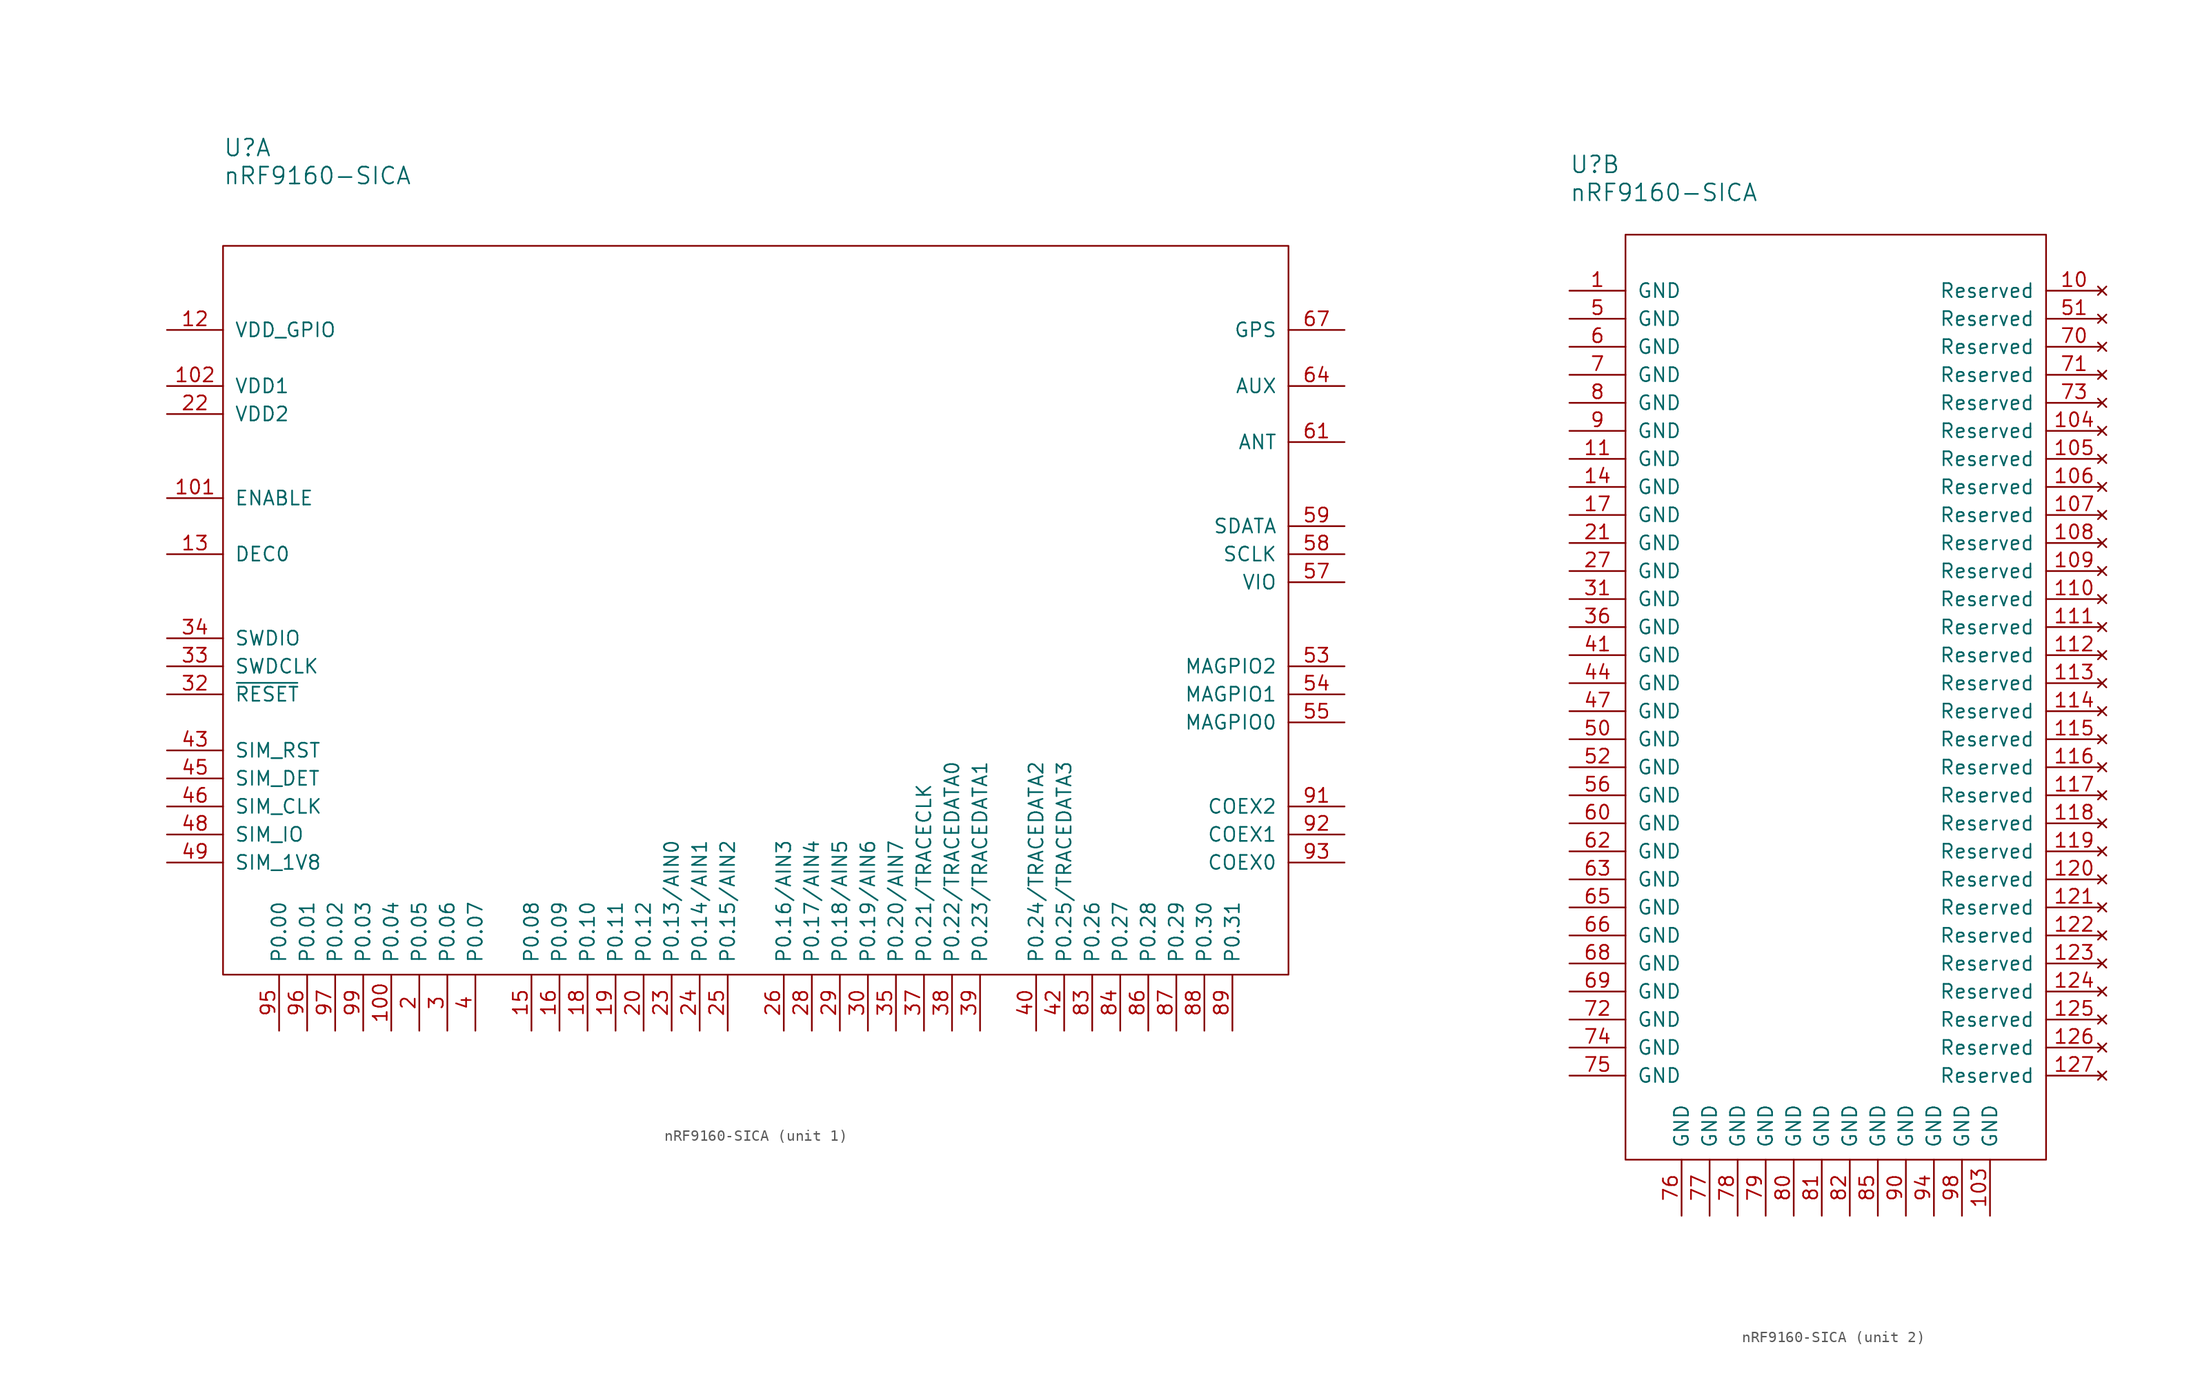
<source format=kicad_sym>
(kicad_symbol_lib
  (version 20211014)
  (generator kicad_symbol_editor)
  (symbol "nRF9160-SICA"
    (pin_names
      (offset 1.016))
    (property "Reference" "U"
      (at 0 8.89 0)
      (effects (font (size 1.524 1.524)) (justify left)))
    (property "Value" "nRF9160-SICA"
      (at 0 6.35 0)
      (effects (font (size 1.524 1.524)) (justify left)))
    (property "ki_locked" ""
      (at 0 0 0)
      (effects (font (size 1.27 1.27))))
    (symbol "nRF9160-SICA_1_1"
      (rectangle (start 0 0) (end 96.52 -66.04) (stroke (width 0.152) (type default) (color 0 0 0 0)) (fill (type none)))
      (pin passive line (at 15.24 -71.12 90) (length 5.08) (name "P0.04" (effects (font (size 1.27 1.27)))) (number "100" (effects (font (size 1.27 1.27)))))
      (pin passive line (at -5.08 -22.86 0) (length 5.08) (name "ENABLE" (effects (font (size 1.27 1.27)))) (number "101" (effects (font (size 1.27 1.27)))))
      (pin power_in line (at -5.08 -12.7 0) (length 5.08) (name "VDD1" (effects (font (size 1.27 1.27)))) (number "102" (effects (font (size 1.27 1.27)))))
      (pin power_in line (at -5.08 -7.62 0) (length 5.08) (name "VDD_GPIO" (effects (font (size 1.27 1.27)))) (number "12" (effects (font (size 1.27 1.27)))))
      (pin power_in line (at -5.08 -27.94 0) (length 5.08) (name "DEC0" (effects (font (size 1.27 1.27)))) (number "13" (effects (font (size 1.27 1.27)))))
      (pin passive line (at 27.94 -71.12 90) (length 5.08) (name "P0.08" (effects (font (size 1.27 1.27)))) (number "15" (effects (font (size 1.27 1.27)))))
      (pin passive line (at 30.48 -71.12 90) (length 5.08) (name "P0.09" (effects (font (size 1.27 1.27)))) (number "16" (effects (font (size 1.27 1.27)))))
      (pin passive line (at 33.02 -71.12 90) (length 5.08) (name "P0.10" (effects (font (size 1.27 1.27)))) (number "18" (effects (font (size 1.27 1.27)))))
      (pin passive line (at 35.56 -71.12 90) (length 5.08) (name "P0.11" (effects (font (size 1.27 1.27)))) (number "19" (effects (font (size 1.27 1.27)))))
      (pin passive line (at 17.78 -71.12 90) (length 5.08) (name "P0.05" (effects (font (size 1.27 1.27)))) (number "2" (effects (font (size 1.27 1.27)))))
      (pin passive line (at 38.1 -71.12 90) (length 5.08) (name "P0.12" (effects (font (size 1.27 1.27)))) (number "20" (effects (font (size 1.27 1.27)))))
      (pin power_in line (at -5.08 -15.24 0) (length 5.08) (name "VDD2" (effects (font (size 1.27 1.27)))) (number "22" (effects (font (size 1.27 1.27)))))
      (pin passive line (at 40.64 -71.12 90) (length 5.08) (name "P0.13/AIN0" (effects (font (size 1.27 1.27)))) (number "23" (effects (font (size 1.27 1.27)))))
      (pin passive line (at 43.18 -71.12 90) (length 5.08) (name "P0.14/AIN1" (effects (font (size 1.27 1.27)))) (number "24" (effects (font (size 1.27 1.27)))))
      (pin passive line (at 45.72 -71.12 90) (length 5.08) (name "P0.15/AIN2" (effects (font (size 1.27 1.27)))) (number "25" (effects (font (size 1.27 1.27)))))
      (pin passive line (at 50.8 -71.12 90) (length 5.08) (name "P0.16/AIN3" (effects (font (size 1.27 1.27)))) (number "26" (effects (font (size 1.27 1.27)))))
      (pin passive line (at 53.34 -71.12 90) (length 5.08) (name "P0.17/AIN4" (effects (font (size 1.27 1.27)))) (number "28" (effects (font (size 1.27 1.27)))))
      (pin passive line (at 55.88 -71.12 90) (length 5.08) (name "P0.18/AIN5" (effects (font (size 1.27 1.27)))) (number "29" (effects (font (size 1.27 1.27)))))
      (pin passive line (at 20.32 -71.12 90) (length 5.08) (name "P0.06" (effects (font (size 1.27 1.27)))) (number "3" (effects (font (size 1.27 1.27)))))
      (pin passive line (at 58.42 -71.12 90) (length 5.08) (name "P0.19/AIN6" (effects (font (size 1.27 1.27)))) (number "30" (effects (font (size 1.27 1.27)))))
      (pin passive line (at -5.08 -40.64 0) (length 5.08) (name "~{RESET}" (effects (font (size 1.27 1.27)))) (number "32" (effects (font (size 1.27 1.27)))))
      (pin passive line (at -5.08 -38.1 0) (length 5.08) (name "SWDCLK" (effects (font (size 1.27 1.27)))) (number "33" (effects (font (size 1.27 1.27)))))
      (pin passive line (at -5.08 -35.56 0) (length 5.08) (name "SWDIO" (effects (font (size 1.27 1.27)))) (number "34" (effects (font (size 1.27 1.27)))))
      (pin passive line (at 60.96 -71.12 90) (length 5.08) (name "P0.20/AIN7" (effects (font (size 1.27 1.27)))) (number "35" (effects (font (size 1.27 1.27)))))
      (pin passive line (at 63.5 -71.12 90) (length 5.08) (name "P0.21/TRACECLK" (effects (font (size 1.27 1.27)))) (number "37" (effects (font (size 1.27 1.27)))))
      (pin passive line (at 66.04 -71.12 90) (length 5.08) (name "P0.22/TRACEDATA0" (effects (font (size 1.27 1.27)))) (number "38" (effects (font (size 1.27 1.27)))))
      (pin passive line (at 68.58 -71.12 90) (length 5.08) (name "P0.23/TRACEDATA1" (effects (font (size 1.27 1.27)))) (number "39" (effects (font (size 1.27 1.27)))))
      (pin passive line (at 22.86 -71.12 90) (length 5.08) (name "P0.07" (effects (font (size 1.27 1.27)))) (number "4" (effects (font (size 1.27 1.27)))))
      (pin passive line (at 73.66 -71.12 90) (length 5.08) (name "P0.24/TRACEDATA2" (effects (font (size 1.27 1.27)))) (number "40" (effects (font (size 1.27 1.27)))))
      (pin passive line (at 76.2 -71.12 90) (length 5.08) (name "P0.25/TRACEDATA3" (effects (font (size 1.27 1.27)))) (number "42" (effects (font (size 1.27 1.27)))))
      (pin passive line (at -5.08 -45.72 0) (length 5.08) (name "SIM_RST" (effects (font (size 1.27 1.27)))) (number "43" (effects (font (size 1.27 1.27)))))
      (pin passive line (at -5.08 -48.26 0) (length 5.08) (name "SIM_DET" (effects (font (size 1.27 1.27)))) (number "45" (effects (font (size 1.27 1.27)))))
      (pin passive line (at -5.08 -50.8 0) (length 5.08) (name "SIM_CLK" (effects (font (size 1.27 1.27)))) (number "46" (effects (font (size 1.27 1.27)))))
      (pin passive line (at -5.08 -53.34 0) (length 5.08) (name "SIM_IO" (effects (font (size 1.27 1.27)))) (number "48" (effects (font (size 1.27 1.27)))))
      (pin power_in line (at -5.08 -55.88 0) (length 5.08) (name "SIM_1V8" (effects (font (size 1.27 1.27)))) (number "49" (effects (font (size 1.27 1.27)))))
      (pin passive line (at 101.6 -38.1 180) (length 5.08) (name "MAGPIO2" (effects (font (size 1.27 1.27)))) (number "53" (effects (font (size 1.27 1.27)))))
      (pin passive line (at 101.6 -40.64 180) (length 5.08) (name "MAGPIO1" (effects (font (size 1.27 1.27)))) (number "54" (effects (font (size 1.27 1.27)))))
      (pin passive line (at 101.6 -43.18 180) (length 5.08) (name "MAGPIO0" (effects (font (size 1.27 1.27)))) (number "55" (effects (font (size 1.27 1.27)))))
      (pin passive line (at 101.6 -30.48 180) (length 5.08) (name "VIO" (effects (font (size 1.27 1.27)))) (number "57" (effects (font (size 1.27 1.27)))))
      (pin passive line (at 101.6 -27.94 180) (length 5.08) (name "SCLK" (effects (font (size 1.27 1.27)))) (number "58" (effects (font (size 1.27 1.27)))))
      (pin passive line (at 101.6 -25.4 180) (length 5.08) (name "SDATA" (effects (font (size 1.27 1.27)))) (number "59" (effects (font (size 1.27 1.27)))))
      (pin passive line (at 101.6 -17.78 180) (length 5.08) (name "ANT" (effects (font (size 1.27 1.27)))) (number "61" (effects (font (size 1.27 1.27)))))
      (pin passive line (at 101.6 -12.7 180) (length 5.08) (name "AUX" (effects (font (size 1.27 1.27)))) (number "64" (effects (font (size 1.27 1.27)))))
      (pin passive line (at 101.6 -7.62 180) (length 5.08) (name "GPS" (effects (font (size 1.27 1.27)))) (number "67" (effects (font (size 1.27 1.27)))))
      (pin passive line (at 78.74 -71.12 90) (length 5.08) (name "P0.26" (effects (font (size 1.27 1.27)))) (number "83" (effects (font (size 1.27 1.27)))))
      (pin passive line (at 81.28 -71.12 90) (length 5.08) (name "P0.27" (effects (font (size 1.27 1.27)))) (number "84" (effects (font (size 1.27 1.27)))))
      (pin passive line (at 83.82 -71.12 90) (length 5.08) (name "P0.28" (effects (font (size 1.27 1.27)))) (number "86" (effects (font (size 1.27 1.27)))))
      (pin passive line (at 86.36 -71.12 90) (length 5.08) (name "P0.29" (effects (font (size 1.27 1.27)))) (number "87" (effects (font (size 1.27 1.27)))))
      (pin passive line (at 88.9 -71.12 90) (length 5.08) (name "P0.30" (effects (font (size 1.27 1.27)))) (number "88" (effects (font (size 1.27 1.27)))))
      (pin passive line (at 91.44 -71.12 90) (length 5.08) (name "P0.31" (effects (font (size 1.27 1.27)))) (number "89" (effects (font (size 1.27 1.27)))))
      (pin passive line (at 101.6 -50.8 180) (length 5.08) (name "COEX2" (effects (font (size 1.27 1.27)))) (number "91" (effects (font (size 1.27 1.27)))))
      (pin passive line (at 101.6 -53.34 180) (length 5.08) (name "COEX1" (effects (font (size 1.27 1.27)))) (number "92" (effects (font (size 1.27 1.27)))))
      (pin passive line (at 101.6 -55.88 180) (length 5.08) (name "COEX0" (effects (font (size 1.27 1.27)))) (number "93" (effects (font (size 1.27 1.27)))))
      (pin passive line (at 5.08 -71.12 90) (length 5.08) (name "P0.00" (effects (font (size 1.27 1.27)))) (number "95" (effects (font (size 1.27 1.27)))))
      (pin passive line (at 7.62 -71.12 90) (length 5.08) (name "P0.01" (effects (font (size 1.27 1.27)))) (number "96" (effects (font (size 1.27 1.27)))))
      (pin passive line (at 10.16 -71.12 90) (length 5.08) (name "P0.02" (effects (font (size 1.27 1.27)))) (number "97" (effects (font (size 1.27 1.27)))))
      (pin passive line (at 12.7 -71.12 90) (length 5.08) (name "P0.03" (effects (font (size 1.27 1.27)))) (number "99" (effects (font (size 1.27 1.27))))))
    (symbol "nRF9160-SICA_2_1"
      (rectangle (start 5.08 2.54) (end 43.18 -81.28) (stroke (width 0) (type default) (color 0 0 0 0)) (fill (type none)))
      (pin power_in line (at 0 -2.54 0) (length 5.08) (name "GND" (effects (font (size 1.27 1.27)))) (number "1" (effects (font (size 1.27 1.27)))))
      (pin no_connect line (at 48.26 -2.54 180) (length 5.08) (name "Reserved" (effects (font (size 1.27 1.27)))) (number "10" (effects (font (size 1.27 1.27)))))
      (pin power_in line (at 38.1 -86.36 90) (length 5.08) (name "GND" (effects (font (size 1.27 1.27)))) (number "103" (effects (font (size 1.27 1.27)))))
      (pin no_connect line (at 48.26 -15.24 180) (length 5.08) (name "Reserved" (effects (font (size 1.27 1.27)))) (number "104" (effects (font (size 1.27 1.27)))))
      (pin no_connect line (at 48.26 -17.78 180) (length 5.08) (name "Reserved" (effects (font (size 1.27 1.27)))) (number "105" (effects (font (size 1.27 1.27)))))
      (pin no_connect line (at 48.26 -20.32 180) (length 5.08) (name "Reserved" (effects (font (size 1.27 1.27)))) (number "106" (effects (font (size 1.27 1.27)))))
      (pin no_connect line (at 48.26 -22.86 180) (length 5.08) (name "Reserved" (effects (font (size 1.27 1.27)))) (number "107" (effects (font (size 1.27 1.27)))))
      (pin no_connect line (at 48.26 -25.4 180) (length 5.08) (name "Reserved" (effects (font (size 1.27 1.27)))) (number "108" (effects (font (size 1.27 1.27)))))
      (pin no_connect line (at 48.26 -27.94 180) (length 5.08) (name "Reserved" (effects (font (size 1.27 1.27)))) (number "109" (effects (font (size 1.27 1.27)))))
      (pin power_in line (at 0 -17.78 0) (length 5.08) (name "GND" (effects (font (size 1.27 1.27)))) (number "11" (effects (font (size 1.27 1.27)))))
      (pin no_connect line (at 48.26 -30.48 180) (length 5.08) (name "Reserved" (effects (font (size 1.27 1.27)))) (number "110" (effects (font (size 1.27 1.27)))))
      (pin no_connect line (at 48.26 -33.02 180) (length 5.08) (name "Reserved" (effects (font (size 1.27 1.27)))) (number "111" (effects (font (size 1.27 1.27)))))
      (pin no_connect line (at 48.26 -35.56 180) (length 5.08) (name "Reserved" (effects (font (size 1.27 1.27)))) (number "112" (effects (font (size 1.27 1.27)))))
      (pin no_connect line (at 48.26 -38.1 180) (length 5.08) (name "Reserved" (effects (font (size 1.27 1.27)))) (number "113" (effects (font (size 1.27 1.27)))))
      (pin no_connect line (at 48.26 -40.64 180) (length 5.08) (name "Reserved" (effects (font (size 1.27 1.27)))) (number "114" (effects (font (size 1.27 1.27)))))
      (pin no_connect line (at 48.26 -43.18 180) (length 5.08) (name "Reserved" (effects (font (size 1.27 1.27)))) (number "115" (effects (font (size 1.27 1.27)))))
      (pin no_connect line (at 48.26 -45.72 180) (length 5.08) (name "Reserved" (effects (font (size 1.27 1.27)))) (number "116" (effects (font (size 1.27 1.27)))))
      (pin no_connect line (at 48.26 -48.26 180) (length 5.08) (name "Reserved" (effects (font (size 1.27 1.27)))) (number "117" (effects (font (size 1.27 1.27)))))
      (pin no_connect line (at 48.26 -50.8 180) (length 5.08) (name "Reserved" (effects (font (size 1.27 1.27)))) (number "118" (effects (font (size 1.27 1.27)))))
      (pin no_connect line (at 48.26 -53.34 180) (length 5.08) (name "Reserved" (effects (font (size 1.27 1.27)))) (number "119" (effects (font (size 1.27 1.27)))))
      (pin no_connect line (at 48.26 -55.88 180) (length 5.08) (name "Reserved" (effects (font (size 1.27 1.27)))) (number "120" (effects (font (size 1.27 1.27)))))
      (pin no_connect line (at 48.26 -58.42 180) (length 5.08) (name "Reserved" (effects (font (size 1.27 1.27)))) (number "121" (effects (font (size 1.27 1.27)))))
      (pin no_connect line (at 48.26 -60.96 180) (length 5.08) (name "Reserved" (effects (font (size 1.27 1.27)))) (number "122" (effects (font (size 1.27 1.27)))))
      (pin no_connect line (at 48.26 -63.5 180) (length 5.08) (name "Reserved" (effects (font (size 1.27 1.27)))) (number "123" (effects (font (size 1.27 1.27)))))
      (pin no_connect line (at 48.26 -66.04 180) (length 5.08) (name "Reserved" (effects (font (size 1.27 1.27)))) (number "124" (effects (font (size 1.27 1.27)))))
      (pin no_connect line (at 48.26 -68.58 180) (length 5.08) (name "Reserved" (effects (font (size 1.27 1.27)))) (number "125" (effects (font (size 1.27 1.27)))))
      (pin no_connect line (at 48.26 -71.12 180) (length 5.08) (name "Reserved" (effects (font (size 1.27 1.27)))) (number "126" (effects (font (size 1.27 1.27)))))
      (pin no_connect line (at 48.26 -73.66 180) (length 5.08) (name "Reserved" (effects (font (size 1.27 1.27)))) (number "127" (effects (font (size 1.27 1.27)))))
      (pin power_in line (at 0 -20.32 0) (length 5.08) (name "GND" (effects (font (size 1.27 1.27)))) (number "14" (effects (font (size 1.27 1.27)))))
      (pin power_in line (at 0 -22.86 0) (length 5.08) (name "GND" (effects (font (size 1.27 1.27)))) (number "17" (effects (font (size 1.27 1.27)))))
      (pin power_in line (at 0 -25.4 0) (length 5.08) (name "GND" (effects (font (size 1.27 1.27)))) (number "21" (effects (font (size 1.27 1.27)))))
      (pin power_in line (at 0 -27.94 0) (length 5.08) (name "GND" (effects (font (size 1.27 1.27)))) (number "27" (effects (font (size 1.27 1.27)))))
      (pin power_in line (at 0 -30.48 0) (length 5.08) (name "GND" (effects (font (size 1.27 1.27)))) (number "31" (effects (font (size 1.27 1.27)))))
      (pin power_in line (at 0 -33.02 0) (length 5.08) (name "GND" (effects (font (size 1.27 1.27)))) (number "36" (effects (font (size 1.27 1.27)))))
      (pin power_in line (at 0 -35.56 0) (length 5.08) (name "GND" (effects (font (size 1.27 1.27)))) (number "41" (effects (font (size 1.27 1.27)))))
      (pin power_in line (at 0 -38.1 0) (length 5.08) (name "GND" (effects (font (size 1.27 1.27)))) (number "44" (effects (font (size 1.27 1.27)))))
      (pin power_in line (at 0 -40.64 0) (length 5.08) (name "GND" (effects (font (size 1.27 1.27)))) (number "47" (effects (font (size 1.27 1.27)))))
      (pin power_in line (at 0 -5.08 0) (length 5.08) (name "GND" (effects (font (size 1.27 1.27)))) (number "5" (effects (font (size 1.27 1.27)))))
      (pin power_in line (at 0 -43.18 0) (length 5.08) (name "GND" (effects (font (size 1.27 1.27)))) (number "50" (effects (font (size 1.27 1.27)))))
      (pin no_connect line (at 48.26 -5.08 180) (length 5.08) (name "Reserved" (effects (font (size 1.27 1.27)))) (number "51" (effects (font (size 1.27 1.27)))))
      (pin power_in line (at 0 -45.72 0) (length 5.08) (name "GND" (effects (font (size 1.27 1.27)))) (number "52" (effects (font (size 1.27 1.27)))))
      (pin power_in line (at 0 -48.26 0) (length 5.08) (name "GND" (effects (font (size 1.27 1.27)))) (number "56" (effects (font (size 1.27 1.27)))))
      (pin power_in line (at 0 -7.62 0) (length 5.08) (name "GND" (effects (font (size 1.27 1.27)))) (number "6" (effects (font (size 1.27 1.27)))))
      (pin power_in line (at 0 -50.8 0) (length 5.08) (name "GND" (effects (font (size 1.27 1.27)))) (number "60" (effects (font (size 1.27 1.27)))))
      (pin power_in line (at 0 -53.34 0) (length 5.08) (name "GND" (effects (font (size 1.27 1.27)))) (number "62" (effects (font (size 1.27 1.27)))))
      (pin power_in line (at 0 -55.88 0) (length 5.08) (name "GND" (effects (font (size 1.27 1.27)))) (number "63" (effects (font (size 1.27 1.27)))))
      (pin power_in line (at 0 -58.42 0) (length 5.08) (name "GND" (effects (font (size 1.27 1.27)))) (number "65" (effects (font (size 1.27 1.27)))))
      (pin power_in line (at 0 -60.96 0) (length 5.08) (name "GND" (effects (font (size 1.27 1.27)))) (number "66" (effects (font (size 1.27 1.27)))))
      (pin power_in line (at 0 -63.5 0) (length 5.08) (name "GND" (effects (font (size 1.27 1.27)))) (number "68" (effects (font (size 1.27 1.27)))))
      (pin power_in line (at 0 -66.04 0) (length 5.08) (name "GND" (effects (font (size 1.27 1.27)))) (number "69" (effects (font (size 1.27 1.27)))))
      (pin power_in line (at 0 -10.16 0) (length 5.08) (name "GND" (effects (font (size 1.27 1.27)))) (number "7" (effects (font (size 1.27 1.27)))))
      (pin no_connect line (at 48.26 -7.62 180) (length 5.08) (name "Reserved" (effects (font (size 1.27 1.27)))) (number "70" (effects (font (size 1.27 1.27)))))
      (pin no_connect line (at 48.26 -10.16 180) (length 5.08) (name "Reserved" (effects (font (size 1.27 1.27)))) (number "71" (effects (font (size 1.27 1.27)))))
      (pin power_in line (at 0 -68.58 0) (length 5.08) (name "GND" (effects (font (size 1.27 1.27)))) (number "72" (effects (font (size 1.27 1.27)))))
      (pin no_connect line (at 48.26 -12.7 180) (length 5.08) (name "Reserved" (effects (font (size 1.27 1.27)))) (number "73" (effects (font (size 1.27 1.27)))))
      (pin power_in line (at 0 -71.12 0) (length 5.08) (name "GND" (effects (font (size 1.27 1.27)))) (number "74" (effects (font (size 1.27 1.27)))))
      (pin power_in line (at 0 -73.66 0) (length 5.08) (name "GND" (effects (font (size 1.27 1.27)))) (number "75" (effects (font (size 1.27 1.27)))))
      (pin power_in line (at 10.16 -86.36 90) (length 5.08) (name "GND" (effects (font (size 1.27 1.27)))) (number "76" (effects (font (size 1.27 1.27)))))
      (pin power_in line (at 12.7 -86.36 90) (length 5.08) (name "GND" (effects (font (size 1.27 1.27)))) (number "77" (effects (font (size 1.27 1.27)))))
      (pin power_in line (at 15.24 -86.36 90) (length 5.08) (name "GND" (effects (font (size 1.27 1.27)))) (number "78" (effects (font (size 1.27 1.27)))))
      (pin power_in line (at 17.78 -86.36 90) (length 5.08) (name "GND" (effects (font (size 1.27 1.27)))) (number "79" (effects (font (size 1.27 1.27)))))
      (pin power_in line (at 0 -12.7 0) (length 5.08) (name "GND" (effects (font (size 1.27 1.27)))) (number "8" (effects (font (size 1.27 1.27)))))
      (pin power_in line (at 20.32 -86.36 90) (length 5.08) (name "GND" (effects (font (size 1.27 1.27)))) (number "80" (effects (font (size 1.27 1.27)))))
      (pin power_in line (at 22.86 -86.36 90) (length 5.08) (name "GND" (effects (font (size 1.27 1.27)))) (number "81" (effects (font (size 1.27 1.27)))))
      (pin power_in line (at 25.4 -86.36 90) (length 5.08) (name "GND" (effects (font (size 1.27 1.27)))) (number "82" (effects (font (size 1.27 1.27)))))
      (pin power_in line (at 27.94 -86.36 90) (length 5.08) (name "GND" (effects (font (size 1.27 1.27)))) (number "85" (effects (font (size 1.27 1.27)))))
      (pin power_in line (at 0 -15.24 0) (length 5.08) (name "GND" (effects (font (size 1.27 1.27)))) (number "9" (effects (font (size 1.27 1.27)))))
      (pin power_in line (at 30.48 -86.36 90) (length 5.08) (name "GND" (effects (font (size 1.27 1.27)))) (number "90" (effects (font (size 1.27 1.27)))))
      (pin power_in line (at 33.02 -86.36 90) (length 5.08) (name "GND" (effects (font (size 1.27 1.27)))) (number "94" (effects (font (size 1.27 1.27)))))
      (pin power_in line (at 35.56 -86.36 90) (length 5.08) (name "GND" (effects (font (size 1.27 1.27)))) (number "98" (effects (font (size 1.27 1.27))))))))
</source>
